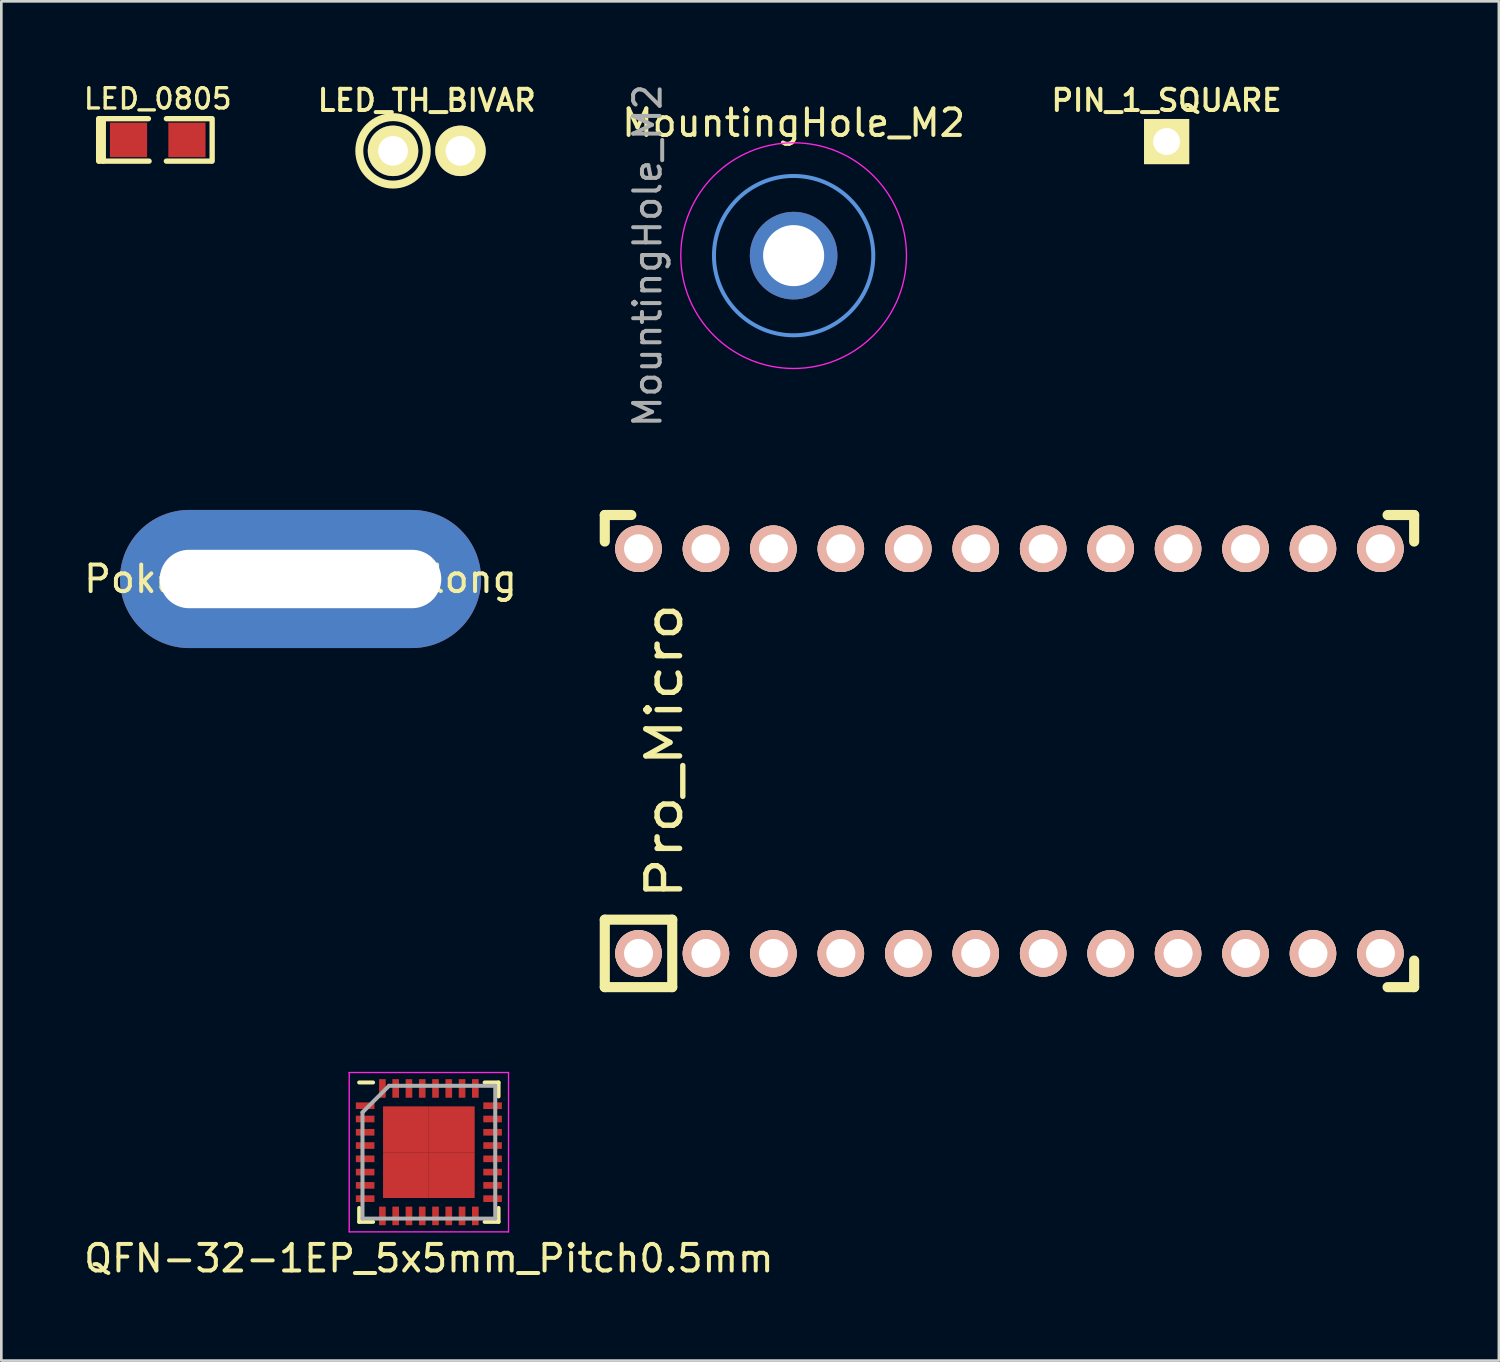
<source format=kicad_pcb>
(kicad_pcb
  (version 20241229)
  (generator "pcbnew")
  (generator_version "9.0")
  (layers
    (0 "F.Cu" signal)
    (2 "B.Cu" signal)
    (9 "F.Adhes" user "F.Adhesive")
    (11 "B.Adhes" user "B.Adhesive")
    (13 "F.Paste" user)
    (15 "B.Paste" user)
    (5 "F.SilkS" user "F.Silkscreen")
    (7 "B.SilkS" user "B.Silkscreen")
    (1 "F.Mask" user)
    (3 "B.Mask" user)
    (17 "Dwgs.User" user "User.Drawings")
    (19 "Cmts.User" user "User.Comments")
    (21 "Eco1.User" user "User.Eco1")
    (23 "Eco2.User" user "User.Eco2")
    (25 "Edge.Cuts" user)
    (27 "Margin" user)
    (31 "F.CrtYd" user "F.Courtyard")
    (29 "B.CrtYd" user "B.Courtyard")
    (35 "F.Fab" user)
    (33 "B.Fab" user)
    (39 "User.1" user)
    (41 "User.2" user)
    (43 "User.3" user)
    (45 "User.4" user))
  (footprint "LED_0805"
    (layer "F.Cu")
    (at 2.89 2.219)
    (property "Reference" "LED_0805" (at 0 -1.55 0) (layer "F.SilkS") (effects (font (size 0.762 0.762) (thickness 0.127))))
    (attr smd)
    (fp_line (start -2.225 -0.8) (end -2.225 0.8) (stroke (width 0.2) (type solid)) (layer "F.SilkS"))
    (fp_line (start -2.2 -0.8) (end -0.35 -0.8) (stroke (width 0.2) (type solid)) (layer "F.SilkS"))
    (fp_line (start -2.2 0.8) (end -0.325 0.8) (stroke (width 0.2) (type solid)) (layer "F.SilkS"))
    (fp_line (start -2.05 0.8) (end -2.05 -0.8) (stroke (width 0.2) (type solid)) (layer "F.SilkS"))
    (fp_line (start 0.325 0.8) (end 2 0.8) (stroke (width 0.2) (type solid)) (layer "F.SilkS"))
    (fp_line (start 2 -0.8) (end 0.325 -0.8) (stroke (width 0.2) (type solid)) (layer "F.SilkS"))
    (fp_line (start 2.05 0.8) (end 2.05 -0.8) (stroke (width 0.2) (type solid)) (layer "F.SilkS"))
    (pad "1" smd rect (at -1.1 0) (size 1.4 1.3) (layers "F.Cu" "F.Mask" "F.Paste"))
    (pad "2" smd rect (at 1.1 0) (size 1.4 1.3) (layers "F.Cu" "F.Mask" "F.Paste")))
  (footprint "Poker_side_edge_long"
    (layer "F.Cu")
    (at 8.268 18.755)
    (property "Reference" "Poker_side_edge_long" (at 0 0 0) (layer "F.SilkS") (effects (font (size 1 1) (thickness 0.15))))
    (attr through_hole)
    (pad "" thru_hole oval (at 0 0) (size 13.6 5.2) (drill oval 10.6 2.2) (layers "*.Cu" "*.Mask")))
  (footprint "MountingHole_M2"
    (layer "F.Cu")
    (at 26.838 6.577)
    (property "Reference" "MountingHole_M2" (at 0 -5 0) (layer "F.SilkS") (effects (font (size 1 1) (thickness 0.15))))
    (attr exclude_from_pos_files exclude_from_bom)
    (fp_circle (center 0 0) (end 3 0) (stroke (width 0.15) (type solid)) (fill no) (layer "Cmts.User"))
    (fp_circle (center 0 0) (end 4.25 0) (stroke (width 0.05) (type solid)) (fill no) (layer "F.CrtYd"))
    (fp_text user "${REFERENCE}" (at -5.5 0 90) (layer "F.Fab") (effects (font (size 1 1) (thickness 0.15))))
    (pad "1" thru_hole circle (at 0 0) (size 3.3 3.3) (drill 2.3) (layers "*.Cu" "*.Mask")))
  (footprint "QFN-32-1EP_5x5mm_Pitch0.5mm"
    (layer "F.Cu")
    (at 13.101 40.341)
    (property "Reference" "QFN-32-1EP_5x5mm_Pitch0.5mm" (at 0 4 0) (layer "F.SilkS") (effects (font (size 1 1) (thickness 0.15))))
    (attr smd)
    (fp_line (start -2.625 -2.625) (end -2.1 -2.625) (stroke (width 0.15) (type solid)) (layer "F.SilkS"))
    (fp_line (start -2.625 2.625) (end -2.625 2.1) (stroke (width 0.15) (type solid)) (layer "F.SilkS"))
    (fp_line (start -2.625 2.625) (end -2.1 2.625) (stroke (width 0.15) (type solid)) (layer "F.SilkS"))
    (fp_line (start 2.625 -2.625) (end 2.1 -2.625) (stroke (width 0.15) (type solid)) (layer "F.SilkS"))
    (fp_line (start 2.625 -2.625) (end 2.625 -2.1) (stroke (width 0.15) (type solid)) (layer "F.SilkS"))
    (fp_line (start 2.625 2.625) (end 2.1 2.625) (stroke (width 0.15) (type solid)) (layer "F.SilkS"))
    (fp_line (start 2.625 2.625) (end 2.625 2.1) (stroke (width 0.15) (type solid)) (layer "F.SilkS"))
    (fp_line (start -3 -3) (end -3 3) (stroke (width 0.05) (type solid)) (layer "F.CrtYd"))
    (fp_line (start -3 -3) (end 3 -3) (stroke (width 0.05) (type solid)) (layer "F.CrtYd"))
    (fp_line (start -3 3) (end 3 3) (stroke (width 0.05) (type solid)) (layer "F.CrtYd"))
    (fp_line (start 3 -3) (end 3 3) (stroke (width 0.05) (type solid)) (layer "F.CrtYd"))
    (fp_line (start -2.5 -1.5) (end -1.5 -2.5) (stroke (width 0.15) (type solid)) (layer "F.Fab"))
    (fp_line (start -2.5 2.5) (end -2.5 -1.5) (stroke (width 0.15) (type solid)) (layer "F.Fab"))
    (fp_line (start -1.5 -2.5) (end 2.5 -2.5) (stroke (width 0.15) (type solid)) (layer "F.Fab"))
    (fp_line (start 2.5 -2.5) (end 2.5 2.5) (stroke (width 0.15) (type solid)) (layer "F.Fab"))
    (fp_line (start 2.5 2.5) (end -2.5 2.5) (stroke (width 0.15) (type solid)) (layer "F.Fab"))
    (pad "1" smd rect (at -2.4 -1.75) (size 0.7 0.25) (layers "F.Cu" "F.Mask" "F.Paste"))
    (pad "2" smd rect (at -2.4 -1.25) (size 0.7 0.25) (layers "F.Cu" "F.Mask" "F.Paste"))
    (pad "3" smd rect (at -2.4 -0.75) (size 0.7 0.25) (layers "F.Cu" "F.Mask" "F.Paste"))
    (pad "4" smd rect (at -2.4 -0.25) (size 0.7 0.25) (layers "F.Cu" "F.Mask" "F.Paste"))
    (pad "5" smd rect (at -2.4 0.25) (size 0.7 0.25) (layers "F.Cu" "F.Mask" "F.Paste"))
    (pad "6" smd rect (at -2.4 0.75) (size 0.7 0.25) (layers "F.Cu" "F.Mask" "F.Paste"))
    (pad "7" smd rect (at -2.4 1.25) (size 0.7 0.25) (layers "F.Cu" "F.Mask" "F.Paste"))
    (pad "8" smd rect (at -2.4 1.75) (size 0.7 0.25) (layers "F.Cu" "F.Mask" "F.Paste"))
    (pad "9" smd rect (at -1.75 2.4 90) (size 0.7 0.25) (layers "F.Cu" "F.Mask" "F.Paste"))
    (pad "10" smd rect (at -1.25 2.4 90) (size 0.7 0.25) (layers "F.Cu" "F.Mask" "F.Paste"))
    (pad "11" smd rect (at -0.75 2.4 90) (size 0.7 0.25) (layers "F.Cu" "F.Mask" "F.Paste"))
    (pad "12" smd rect (at -0.25 2.4 90) (size 0.7 0.25) (layers "F.Cu" "F.Mask" "F.Paste"))
    (pad "13" smd rect (at 0.25 2.4 90) (size 0.7 0.25) (layers "F.Cu" "F.Mask" "F.Paste"))
    (pad "14" smd rect (at 0.75 2.4 90) (size 0.7 0.25) (layers "F.Cu" "F.Mask" "F.Paste"))
    (pad "15" smd rect (at 1.25 2.4 90) (size 0.7 0.25) (layers "F.Cu" "F.Mask" "F.Paste"))
    (pad "16" smd rect (at 1.75 2.4 90) (size 0.7 0.25) (layers "F.Cu" "F.Mask" "F.Paste"))
    (pad "17" smd rect (at 2.4 1.75) (size 0.7 0.25) (layers "F.Cu" "F.Mask" "F.Paste"))
    (pad "18" smd rect (at 2.4 1.25) (size 0.7 0.25) (layers "F.Cu" "F.Mask" "F.Paste"))
    (pad "19" smd rect (at 2.4 0.75) (size 0.7 0.25) (layers "F.Cu" "F.Mask" "F.Paste"))
    (pad "20" smd rect (at 2.4 0.25) (size 0.7 0.25) (layers "F.Cu" "F.Mask" "F.Paste"))
    (pad "21" smd rect (at 2.4 -0.25) (size 0.7 0.25) (layers "F.Cu" "F.Mask" "F.Paste"))
    (pad "22" smd rect (at 2.4 -0.75) (size 0.7 0.25) (layers "F.Cu" "F.Mask" "F.Paste"))
    (pad "23" smd rect (at 2.4 -1.25) (size 0.7 0.25) (layers "F.Cu" "F.Mask" "F.Paste"))
    (pad "24" smd rect (at 2.4 -1.75) (size 0.7 0.25) (layers "F.Cu" "F.Mask" "F.Paste"))
    (pad "25" smd rect (at 1.75 -2.4 90) (size 0.7 0.25) (layers "F.Cu" "F.Mask" "F.Paste"))
    (pad "26" smd rect (at 1.25 -2.4 90) (size 0.7 0.25) (layers "F.Cu" "F.Mask" "F.Paste"))
    (pad "27" smd rect (at 0.75 -2.4 90) (size 0.7 0.25) (layers "F.Cu" "F.Mask" "F.Paste"))
    (pad "28" smd rect (at 0.25 -2.4 90) (size 0.7 0.25) (layers "F.Cu" "F.Mask" "F.Paste"))
    (pad "29" smd rect (at -0.25 -2.4 90) (size 0.7 0.25) (layers "F.Cu" "F.Mask" "F.Paste"))
    (pad "30" smd rect (at -0.75 -2.4 90) (size 0.7 0.25) (layers "F.Cu" "F.Mask" "F.Paste"))
    (pad "31" smd rect (at -1.25 -2.4 90) (size 0.7 0.25) (layers "F.Cu" "F.Mask" "F.Paste"))
    (pad "32" smd rect (at -1.75 -2.4 90) (size 0.7 0.25) (layers "F.Cu" "F.Mask" "F.Paste"))
    (pad "33" smd rect (at -0.863 -0.863) (size 1.725 1.725) (layers "F.Cu" "F.Mask" "F.Paste"))
    (pad "33" smd rect (at -0.863 0.863) (size 1.725 1.725) (layers "F.Cu" "F.Mask" "F.Paste"))
    (pad "33" smd rect (at 0.863 -0.863) (size 1.725 1.725) (layers "F.Cu" "F.Mask" "F.Paste"))
    (pad "33" smd rect (at 0.863 0.863) (size 1.725 1.725) (layers "F.Cu" "F.Mask" "F.Paste")))
  (footprint "LED_TH_BIVAR"
    (layer "F.Cu")
    (at 13.021 2.631)
    (property "Reference" "LED_TH_BIVAR" (at 0 -1.9 0) (layer "F.SilkS") (effects (font (size 0.8 0.8) (thickness 0.15))))
    (attr through_hole)
    (fp_circle (center -1.27 0) (end -1.27 -1.27) (stroke (width 0.3) (type solid)) (fill no) (layer "F.SilkS"))
    (pad "1" thru_hole circle (at -1.27 0) (size 1.9 1.9) (drill 1.118) (layers "*.Cu" "*.Mask" "F.SilkS"))
    (pad "2" thru_hole circle (at 1.27 0) (size 1.9 1.9) (drill 1.118) (layers "*.Cu" "*.Mask" "F.SilkS")))
  (footprint "Pro_Micro"
    (layer "F.Cu")
    (at 34.966 25.235)
    (property "Reference" "Pro_Micro" (at -13 0 270) (layer "F.SilkS") (effects (font (size 1.27 1.524) (thickness 0.203))))
    (attr through_hole)
    (fp_line (start -15.24 -8.89) (end -14.24 -8.89) (stroke (width 0.381) (type solid)) (layer "F.SilkS"))
    (fp_line (start -15.24 -7.89) (end -15.24 -8.89) (stroke (width 0.381) (type solid)) (layer "F.SilkS"))
    (fp_line (start -15.24 6.35) (end -15.24 8.89) (stroke (width 0.381) (type solid)) (layer "F.SilkS"))
    (fp_line (start -15.24 6.35) (end -12.7 6.35) (stroke (width 0.381) (type solid)) (layer "F.SilkS"))
    (fp_line (start -15.24 8.89) (end -12.7 8.89) (stroke (width 0.381) (type solid)) (layer "F.SilkS"))
    (fp_line (start -12.7 6.35) (end -12.7 8.89) (stroke (width 0.381) (type solid)) (layer "F.SilkS"))
    (fp_line (start 14.24 8.89) (end 15.24 8.89) (stroke (width 0.381) (type solid)) (layer "F.SilkS"))
    (fp_line (start 15.24 -8.89) (end 14.24 -8.89) (stroke (width 0.381) (type solid)) (layer "F.SilkS"))
    (fp_line (start 15.24 -7.89) (end 15.24 -8.89) (stroke (width 0.381) (type solid)) (layer "F.SilkS"))
    (fp_line (start 15.24 8.89) (end 15.24 7.89) (stroke (width 0.381) (type solid)) (layer "F.SilkS"))
    (pad "1" thru_hole circle (at -13.97 7.62) (size 1.753 1.753) (drill 1.092) (layers "*.Cu" "*.SilkS" "*.Mask"))
    (pad "2" thru_hole circle (at -11.43 7.62) (size 1.753 1.753) (drill 1.092) (layers "*.Cu" "*.SilkS" "*.Mask"))
    (pad "3" thru_hole circle (at -8.89 7.62) (size 1.753 1.753) (drill 1.092) (layers "*.Cu" "*.SilkS" "*.Mask"))
    (pad "4" thru_hole circle (at -6.35 7.62) (size 1.753 1.753) (drill 1.092) (layers "*.Cu" "*.SilkS" "*.Mask"))
    (pad "5" thru_hole circle (at -3.81 7.62) (size 1.753 1.753) (drill 1.092) (layers "*.Cu" "*.SilkS" "*.Mask"))
    (pad "6" thru_hole circle (at -1.27 7.62) (size 1.753 1.753) (drill 1.092) (layers "*.Cu" "*.SilkS" "*.Mask"))
    (pad "7" thru_hole circle (at 1.27 7.62) (size 1.753 1.753) (drill 1.092) (layers "*.Cu" "*.SilkS" "*.Mask"))
    (pad "8" thru_hole circle (at 3.81 7.62) (size 1.753 1.753) (drill 1.092) (layers "*.Cu" "*.SilkS" "*.Mask"))
    (pad "9" thru_hole circle (at 6.35 7.62) (size 1.753 1.753) (drill 1.092) (layers "*.Cu" "*.SilkS" "*.Mask"))
    (pad "10" thru_hole circle (at 8.89 7.62) (size 1.753 1.753) (drill 1.092) (layers "*.Cu" "*.SilkS" "*.Mask"))
    (pad "11" thru_hole circle (at 11.43 7.62) (size 1.753 1.753) (drill 1.092) (layers "*.Cu" "*.SilkS" "*.Mask"))
    (pad "12" thru_hole circle (at 13.97 7.62) (size 1.753 1.753) (drill 1.092) (layers "*.Cu" "*.SilkS" "*.Mask"))
    (pad "13" thru_hole circle (at -13.97 -7.62) (size 1.753 1.753) (drill 1.092) (layers "*.Cu" "*.SilkS" "*.Mask"))
    (pad "14" thru_hole circle (at -11.43 -7.62) (size 1.753 1.753) (drill 1.092) (layers "*.Cu" "*.SilkS" "*.Mask"))
    (pad "15" thru_hole circle (at -8.89 -7.62) (size 1.753 1.753) (drill 1.092) (layers "*.Cu" "*.SilkS" "*.Mask"))
    (pad "16" thru_hole circle (at -6.35 -7.62) (size 1.753 1.753) (drill 1.092) (layers "*.Cu" "*.SilkS" "*.Mask"))
    (pad "17" thru_hole circle (at -3.81 -7.62) (size 1.753 1.753) (drill 1.092) (layers "*.Cu" "*.SilkS" "*.Mask"))
    (pad "18" thru_hole circle (at -1.27 -7.62) (size 1.753 1.753) (drill 1.092) (layers "*.Cu" "*.SilkS" "*.Mask"))
    (pad "19" thru_hole circle (at 1.27 -7.62) (size 1.753 1.753) (drill 1.092) (layers "*.Cu" "*.SilkS" "*.Mask"))
    (pad "20" thru_hole circle (at 3.81 -7.62) (size 1.753 1.753) (drill 1.092) (layers "*.Cu" "*.SilkS" "*.Mask"))
    (pad "21" thru_hole circle (at 6.35 -7.62) (size 1.753 1.753) (drill 1.092) (layers "*.Cu" "*.SilkS" "*.Mask"))
    (pad "22" thru_hole circle (at 8.89 -7.62) (size 1.753 1.753) (drill 1.092) (layers "*.Cu" "*.SilkS" "*.Mask"))
    (pad "23" thru_hole circle (at 11.43 -7.62) (size 1.753 1.753) (drill 1.092) (layers "*.Cu" "*.SilkS" "*.Mask"))
    (pad "24" thru_hole circle (at 13.97 -7.62) (size 1.753 1.753) (drill 1.092) (layers "*.Cu" "*.SilkS" "*.Mask")))
  (footprint "PIN_1_SQUARE"
    (layer "F.Cu")
    (at 40.884 2.281)
    (property "Reference" "PIN_1_SQUARE" (at 0 -1.55 0) (layer "F.SilkS") (effects (font (size 0.8 0.8) (thickness 0.15))))
    (attr through_hole)
    (pad "1" thru_hole rect (at 0 0) (size 1.7 1.7) (drill 1.016) (layers "*.Cu" "*.Mask" "F.SilkS")))
  (gr_rect
    (start -3 -3)
    (end 53.397 48.189)
    (stroke (width 0.1) (type default))
    (fill no)
    (layer "Edge.Cuts")))
</source>
